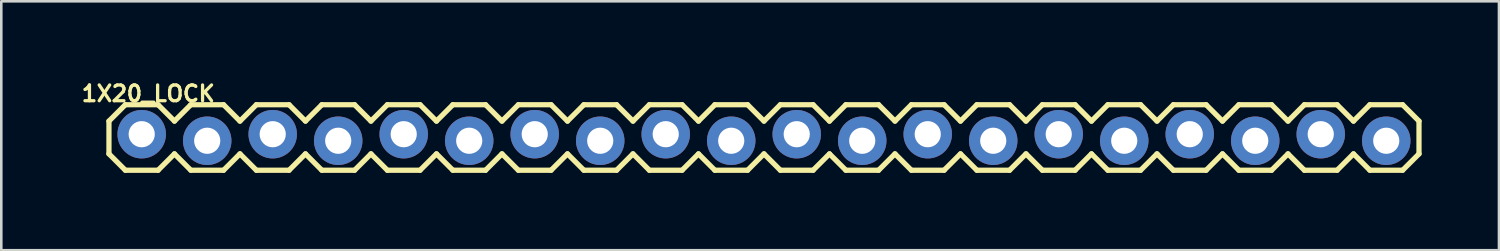
<source format=kicad_pcb>
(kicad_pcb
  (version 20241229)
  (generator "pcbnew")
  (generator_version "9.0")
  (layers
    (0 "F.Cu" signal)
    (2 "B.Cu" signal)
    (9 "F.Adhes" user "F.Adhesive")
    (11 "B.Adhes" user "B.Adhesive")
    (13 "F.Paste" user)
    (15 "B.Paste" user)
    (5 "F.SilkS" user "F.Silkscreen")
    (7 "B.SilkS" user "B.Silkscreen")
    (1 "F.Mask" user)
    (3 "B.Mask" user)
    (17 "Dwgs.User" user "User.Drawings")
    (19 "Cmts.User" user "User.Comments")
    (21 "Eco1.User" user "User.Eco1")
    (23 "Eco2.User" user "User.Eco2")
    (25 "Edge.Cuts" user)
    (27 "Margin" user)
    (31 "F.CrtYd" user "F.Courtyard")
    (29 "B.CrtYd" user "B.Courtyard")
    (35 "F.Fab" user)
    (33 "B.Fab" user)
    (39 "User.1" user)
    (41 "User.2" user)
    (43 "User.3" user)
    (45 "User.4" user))
  (footprint "1X20_LOCK"
    (layer "F.Cu")
    (at 2.445 2.281)
    (property "Reference" "1X20_LOCK" (at 0.254 -1.702 0) (layer "F.SilkS") (effects (font (size 0.61 0.61) (thickness 0.127))))
    (attr exclude_from_pos_files exclude_from_bom)
    (fp_line (start -1.27 -0.635) (end -1.27 0.635) (stroke (width 0.203) (type solid)) (layer "F.SilkS"))
    (fp_line (start -1.27 0.635) (end -0.635 1.27) (stroke (width 0.203) (type solid)) (layer "F.SilkS"))
    (fp_line (start -0.635 -1.27) (end -1.27 -0.635) (stroke (width 0.203) (type solid)) (layer "F.SilkS"))
    (fp_line (start -0.635 -1.27) (end 0.635 -1.27) (stroke (width 0.203) (type solid)) (layer "F.SilkS"))
    (fp_line (start 0.635 -1.27) (end 1.27 -0.635) (stroke (width 0.203) (type solid)) (layer "F.SilkS"))
    (fp_line (start 0.635 1.27) (end -0.635 1.27) (stroke (width 0.203) (type solid)) (layer "F.SilkS"))
    (fp_line (start 1.27 -0.635) (end 1.905 -1.27) (stroke (width 0.203) (type solid)) (layer "F.SilkS"))
    (fp_line (start 1.27 0.635) (end 0.635 1.27) (stroke (width 0.203) (type solid)) (layer "F.SilkS"))
    (fp_line (start 1.905 -1.27) (end 3.175 -1.27) (stroke (width 0.203) (type solid)) (layer "F.SilkS"))
    (fp_line (start 1.905 1.27) (end 1.27 0.635) (stroke (width 0.203) (type solid)) (layer "F.SilkS"))
    (fp_line (start 3.175 -1.27) (end 3.81 -0.635) (stroke (width 0.203) (type solid)) (layer "F.SilkS"))
    (fp_line (start 3.175 1.27) (end 1.905 1.27) (stroke (width 0.203) (type solid)) (layer "F.SilkS"))
    (fp_line (start 3.81 -0.635) (end 4.445 -1.27) (stroke (width 0.203) (type solid)) (layer "F.SilkS"))
    (fp_line (start 3.81 0.635) (end 3.175 1.27) (stroke (width 0.203) (type solid)) (layer "F.SilkS"))
    (fp_line (start 4.445 -1.27) (end 5.715 -1.27) (stroke (width 0.203) (type solid)) (layer "F.SilkS"))
    (fp_line (start 4.445 1.27) (end 3.81 0.635) (stroke (width 0.203) (type solid)) (layer "F.SilkS"))
    (fp_line (start 5.715 -1.27) (end 6.35 -0.635) (stroke (width 0.203) (type solid)) (layer "F.SilkS"))
    (fp_line (start 5.715 1.27) (end 4.445 1.27) (stroke (width 0.203) (type solid)) (layer "F.SilkS"))
    (fp_line (start 6.35 0.635) (end 5.715 1.27) (stroke (width 0.203) (type solid)) (layer "F.SilkS"))
    (fp_line (start 6.35 0.635) (end 6.985 1.27) (stroke (width 0.203) (type solid)) (layer "F.SilkS"))
    (fp_line (start 6.985 -1.27) (end 6.35 -0.635) (stroke (width 0.203) (type solid)) (layer "F.SilkS"))
    (fp_line (start 6.985 -1.27) (end 8.255 -1.27) (stroke (width 0.203) (type solid)) (layer "F.SilkS"))
    (fp_line (start 8.255 -1.27) (end 8.89 -0.635) (stroke (width 0.203) (type solid)) (layer "F.SilkS"))
    (fp_line (start 8.255 1.27) (end 6.985 1.27) (stroke (width 0.203) (type solid)) (layer "F.SilkS"))
    (fp_line (start 8.89 -0.635) (end 9.525 -1.27) (stroke (width 0.203) (type solid)) (layer "F.SilkS"))
    (fp_line (start 8.89 0.635) (end 8.255 1.27) (stroke (width 0.203) (type solid)) (layer "F.SilkS"))
    (fp_line (start 9.525 -1.27) (end 10.795 -1.27) (stroke (width 0.203) (type solid)) (layer "F.SilkS"))
    (fp_line (start 9.525 1.27) (end 8.89 0.635) (stroke (width 0.203) (type solid)) (layer "F.SilkS"))
    (fp_line (start 10.795 -1.27) (end 11.43 -0.635) (stroke (width 0.203) (type solid)) (layer "F.SilkS"))
    (fp_line (start 10.795 1.27) (end 9.525 1.27) (stroke (width 0.203) (type solid)) (layer "F.SilkS"))
    (fp_line (start 11.43 -0.635) (end 12.065 -1.27) (stroke (width 0.203) (type solid)) (layer "F.SilkS"))
    (fp_line (start 11.43 0.635) (end 10.795 1.27) (stroke (width 0.203) (type solid)) (layer "F.SilkS"))
    (fp_line (start 12.065 -1.27) (end 13.335 -1.27) (stroke (width 0.203) (type solid)) (layer "F.SilkS"))
    (fp_line (start 12.065 1.27) (end 11.43 0.635) (stroke (width 0.203) (type solid)) (layer "F.SilkS"))
    (fp_line (start 13.335 -1.27) (end 13.97 -0.635) (stroke (width 0.203) (type solid)) (layer "F.SilkS"))
    (fp_line (start 13.335 1.27) (end 12.065 1.27) (stroke (width 0.203) (type solid)) (layer "F.SilkS"))
    (fp_line (start 13.97 0.635) (end 13.335 1.27) (stroke (width 0.203) (type solid)) (layer "F.SilkS"))
    (fp_line (start 13.97 0.635) (end 14.605 1.27) (stroke (width 0.203) (type solid)) (layer "F.SilkS"))
    (fp_line (start 14.605 -1.27) (end 13.97 -0.635) (stroke (width 0.203) (type solid)) (layer "F.SilkS"))
    (fp_line (start 14.605 -1.27) (end 15.875 -1.27) (stroke (width 0.203) (type solid)) (layer "F.SilkS"))
    (fp_line (start 15.875 -1.27) (end 16.51 -0.635) (stroke (width 0.203) (type solid)) (layer "F.SilkS"))
    (fp_line (start 15.875 1.27) (end 14.605 1.27) (stroke (width 0.203) (type solid)) (layer "F.SilkS"))
    (fp_line (start 16.51 0.635) (end 15.875 1.27) (stroke (width 0.203) (type solid)) (layer "F.SilkS"))
    (fp_line (start 16.51 0.635) (end 17.145 1.27) (stroke (width 0.203) (type solid)) (layer "F.SilkS"))
    (fp_line (start 17.145 -1.27) (end 16.51 -0.635) (stroke (width 0.203) (type solid)) (layer "F.SilkS"))
    (fp_line (start 17.145 -1.27) (end 18.415 -1.27) (stroke (width 0.203) (type solid)) (layer "F.SilkS"))
    (fp_line (start 18.415 -1.27) (end 19.05 -0.635) (stroke (width 0.203) (type solid)) (layer "F.SilkS"))
    (fp_line (start 18.415 1.27) (end 17.145 1.27) (stroke (width 0.203) (type solid)) (layer "F.SilkS"))
    (fp_line (start 19.05 -0.635) (end 19.685 -1.27) (stroke (width 0.203) (type solid)) (layer "F.SilkS"))
    (fp_line (start 19.05 0.635) (end 18.415 1.27) (stroke (width 0.203) (type solid)) (layer "F.SilkS"))
    (fp_line (start 19.685 -1.27) (end 20.955 -1.27) (stroke (width 0.203) (type solid)) (layer "F.SilkS"))
    (fp_line (start 19.685 1.27) (end 19.05 0.635) (stroke (width 0.203) (type solid)) (layer "F.SilkS"))
    (fp_line (start 20.955 -1.27) (end 21.59 -0.635) (stroke (width 0.203) (type solid)) (layer "F.SilkS"))
    (fp_line (start 20.955 1.27) (end 19.685 1.27) (stroke (width 0.203) (type solid)) (layer "F.SilkS"))
    (fp_line (start 21.59 -0.635) (end 22.225 -1.27) (stroke (width 0.203) (type solid)) (layer "F.SilkS"))
    (fp_line (start 21.59 0.635) (end 20.955 1.27) (stroke (width 0.203) (type solid)) (layer "F.SilkS"))
    (fp_line (start 22.225 -1.27) (end 23.495 -1.27) (stroke (width 0.203) (type solid)) (layer "F.SilkS"))
    (fp_line (start 22.225 1.27) (end 21.59 0.635) (stroke (width 0.203) (type solid)) (layer "F.SilkS"))
    (fp_line (start 23.495 -1.27) (end 24.13 -0.635) (stroke (width 0.203) (type solid)) (layer "F.SilkS"))
    (fp_line (start 23.495 1.27) (end 22.225 1.27) (stroke (width 0.203) (type solid)) (layer "F.SilkS"))
    (fp_line (start 24.13 0.635) (end 23.495 1.27) (stroke (width 0.203) (type solid)) (layer "F.SilkS"))
    (fp_line (start 24.13 0.635) (end 24.765 1.27) (stroke (width 0.203) (type solid)) (layer "F.SilkS"))
    (fp_line (start 24.765 -1.27) (end 24.13 -0.635) (stroke (width 0.203) (type solid)) (layer "F.SilkS"))
    (fp_line (start 24.765 -1.27) (end 26.035 -1.27) (stroke (width 0.203) (type solid)) (layer "F.SilkS"))
    (fp_line (start 26.035 -1.27) (end 26.67 -0.635) (stroke (width 0.203) (type solid)) (layer "F.SilkS"))
    (fp_line (start 26.035 1.27) (end 24.765 1.27) (stroke (width 0.203) (type solid)) (layer "F.SilkS"))
    (fp_line (start 26.67 -0.635) (end 27.305 -1.27) (stroke (width 0.203) (type solid)) (layer "F.SilkS"))
    (fp_line (start 26.67 0.635) (end 26.035 1.27) (stroke (width 0.203) (type solid)) (layer "F.SilkS"))
    (fp_line (start 27.305 -1.27) (end 28.575 -1.27) (stroke (width 0.203) (type solid)) (layer "F.SilkS"))
    (fp_line (start 27.305 1.27) (end 26.67 0.635) (stroke (width 0.203) (type solid)) (layer "F.SilkS"))
    (fp_line (start 28.575 -1.27) (end 29.21 -0.635) (stroke (width 0.203) (type solid)) (layer "F.SilkS"))
    (fp_line (start 28.575 1.27) (end 27.305 1.27) (stroke (width 0.203) (type solid)) (layer "F.SilkS"))
    (fp_line (start 29.21 -0.635) (end 29.845 -1.27) (stroke (width 0.203) (type solid)) (layer "F.SilkS"))
    (fp_line (start 29.21 0.635) (end 28.575 1.27) (stroke (width 0.203) (type solid)) (layer "F.SilkS"))
    (fp_line (start 29.845 -1.27) (end 31.115 -1.27) (stroke (width 0.203) (type solid)) (layer "F.SilkS"))
    (fp_line (start 29.845 1.27) (end 29.21 0.635) (stroke (width 0.203) (type solid)) (layer "F.SilkS"))
    (fp_line (start 31.115 -1.27) (end 31.75 -0.635) (stroke (width 0.203) (type solid)) (layer "F.SilkS"))
    (fp_line (start 31.115 1.27) (end 29.845 1.27) (stroke (width 0.203) (type solid)) (layer "F.SilkS"))
    (fp_line (start 31.75 0.635) (end 31.115 1.27) (stroke (width 0.203) (type solid)) (layer "F.SilkS"))
    (fp_line (start 31.75 0.635) (end 32.385 1.27) (stroke (width 0.203) (type solid)) (layer "F.SilkS"))
    (fp_line (start 32.385 -1.27) (end 31.75 -0.635) (stroke (width 0.203) (type solid)) (layer "F.SilkS"))
    (fp_line (start 32.385 -1.27) (end 33.655 -1.27) (stroke (width 0.203) (type solid)) (layer "F.SilkS"))
    (fp_line (start 33.655 -1.27) (end 34.29 -0.635) (stroke (width 0.203) (type solid)) (layer "F.SilkS"))
    (fp_line (start 33.655 1.27) (end 32.385 1.27) (stroke (width 0.203) (type solid)) (layer "F.SilkS"))
    (fp_line (start 34.29 0.635) (end 33.655 1.27) (stroke (width 0.203) (type solid)) (layer "F.SilkS"))
    (fp_line (start 34.29 0.635) (end 34.925 1.27) (stroke (width 0.203) (type solid)) (layer "F.SilkS"))
    (fp_line (start 34.925 -1.27) (end 34.29 -0.635) (stroke (width 0.203) (type solid)) (layer "F.SilkS"))
    (fp_line (start 34.925 -1.27) (end 36.195 -1.27) (stroke (width 0.203) (type solid)) (layer "F.SilkS"))
    (fp_line (start 36.195 -1.27) (end 36.83 -0.635) (stroke (width 0.203) (type solid)) (layer "F.SilkS"))
    (fp_line (start 36.195 1.27) (end 34.925 1.27) (stroke (width 0.203) (type solid)) (layer "F.SilkS"))
    (fp_line (start 36.83 0.635) (end 36.195 1.27) (stroke (width 0.203) (type solid)) (layer "F.SilkS"))
    (fp_line (start 36.83 0.635) (end 37.465 1.27) (stroke (width 0.203) (type solid)) (layer "F.SilkS"))
    (fp_line (start 37.465 -1.27) (end 36.83 -0.635) (stroke (width 0.203) (type solid)) (layer "F.SilkS"))
    (fp_line (start 37.465 -1.27) (end 38.735 -1.27) (stroke (width 0.203) (type solid)) (layer "F.SilkS"))
    (fp_line (start 38.735 -1.27) (end 39.37 -0.635) (stroke (width 0.203) (type solid)) (layer "F.SilkS"))
    (fp_line (start 38.735 1.27) (end 37.465 1.27) (stroke (width 0.203) (type solid)) (layer "F.SilkS"))
    (fp_line (start 39.37 0.635) (end 38.735 1.27) (stroke (width 0.203) (type solid)) (layer "F.SilkS"))
    (fp_line (start 39.37 0.635) (end 40.005 1.27) (stroke (width 0.203) (type solid)) (layer "F.SilkS"))
    (fp_line (start 40.005 -1.27) (end 39.37 -0.635) (stroke (width 0.203) (type solid)) (layer "F.SilkS"))
    (fp_line (start 40.005 -1.27) (end 41.275 -1.27) (stroke (width 0.203) (type solid)) (layer "F.SilkS"))
    (fp_line (start 41.275 -1.27) (end 41.91 -0.635) (stroke (width 0.203) (type solid)) (layer "F.SilkS"))
    (fp_line (start 41.275 1.27) (end 40.005 1.27) (stroke (width 0.203) (type solid)) (layer "F.SilkS"))
    (fp_line (start 41.91 0.635) (end 41.275 1.27) (stroke (width 0.203) (type solid)) (layer "F.SilkS"))
    (fp_line (start 41.91 0.635) (end 42.545 1.27) (stroke (width 0.203) (type solid)) (layer "F.SilkS"))
    (fp_line (start 42.545 -1.27) (end 41.91 -0.635) (stroke (width 0.203) (type solid)) (layer "F.SilkS"))
    (fp_line (start 42.545 -1.27) (end 43.815 -1.27) (stroke (width 0.203) (type solid)) (layer "F.SilkS"))
    (fp_line (start 43.815 -1.27) (end 44.45 -0.635) (stroke (width 0.203) (type solid)) (layer "F.SilkS"))
    (fp_line (start 43.815 1.27) (end 42.545 1.27) (stroke (width 0.203) (type solid)) (layer "F.SilkS"))
    (fp_line (start 44.45 0.635) (end 43.815 1.27) (stroke (width 0.203) (type solid)) (layer "F.SilkS"))
    (fp_line (start 44.45 0.635) (end 45.085 1.27) (stroke (width 0.203) (type solid)) (layer "F.SilkS"))
    (fp_line (start 45.085 -1.27) (end 44.45 -0.635) (stroke (width 0.203) (type solid)) (layer "F.SilkS"))
    (fp_line (start 45.085 -1.27) (end 46.355 -1.27) (stroke (width 0.203) (type solid)) (layer "F.SilkS"))
    (fp_line (start 46.355 -1.27) (end 46.99 -0.635) (stroke (width 0.203) (type solid)) (layer "F.SilkS"))
    (fp_line (start 46.355 1.27) (end 45.085 1.27) (stroke (width 0.203) (type solid)) (layer "F.SilkS"))
    (fp_line (start 46.99 0.635) (end 46.355 1.27) (stroke (width 0.203) (type solid)) (layer "F.SilkS"))
    (fp_line (start 46.99 0.635) (end 47.625 1.27) (stroke (width 0.203) (type solid)) (layer "F.SilkS"))
    (fp_line (start 47.625 -1.27) (end 46.99 -0.635) (stroke (width 0.203) (type solid)) (layer "F.SilkS"))
    (fp_line (start 47.625 -1.27) (end 48.895 -1.27) (stroke (width 0.203) (type solid)) (layer "F.SilkS"))
    (fp_line (start 48.895 -1.27) (end 49.53 -0.635) (stroke (width 0.203) (type solid)) (layer "F.SilkS"))
    (fp_line (start 48.895 1.27) (end 47.625 1.27) (stroke (width 0.203) (type solid)) (layer "F.SilkS"))
    (fp_line (start 49.53 -0.635) (end 49.53 0.635) (stroke (width 0.203) (type solid)) (layer "F.SilkS"))
    (fp_line (start 49.53 0.635) (end 48.895 1.27) (stroke (width 0.203) (type solid)) (layer "F.SilkS"))
    (fp_line (start -0.254 -0.254) (end 0.254 -0.254) (stroke (width 0.066) (type solid)) (layer "Dwgs.User"))
    (fp_line (start -0.254 0.254) (end -0.254 -0.254) (stroke (width 0.066) (type solid)) (layer "Dwgs.User"))
    (fp_line (start -0.254 0.254) (end 0.254 0.254) (stroke (width 0.066) (type solid)) (layer "Dwgs.User"))
    (fp_line (start 0.254 0.254) (end 0.254 -0.254) (stroke (width 0.066) (type solid)) (layer "Dwgs.User"))
    (fp_line (start 2.286 -0.254) (end 2.794 -0.254) (stroke (width 0.066) (type solid)) (layer "Dwgs.User"))
    (fp_line (start 2.286 0.254) (end 2.286 -0.254) (stroke (width 0.066) (type solid)) (layer "Dwgs.User"))
    (fp_line (start 2.286 0.254) (end 2.794 0.254) (stroke (width 0.066) (type solid)) (layer "Dwgs.User"))
    (fp_line (start 2.794 0.254) (end 2.794 -0.254) (stroke (width 0.066) (type solid)) (layer "Dwgs.User"))
    (fp_line (start 4.826 -0.254) (end 5.334 -0.254) (stroke (width 0.066) (type solid)) (layer "Dwgs.User"))
    (fp_line (start 4.826 0.254) (end 4.826 -0.254) (stroke (width 0.066) (type solid)) (layer "Dwgs.User"))
    (fp_line (start 4.826 0.254) (end 5.334 0.254) (stroke (width 0.066) (type solid)) (layer "Dwgs.User"))
    (fp_line (start 5.334 0.254) (end 5.334 -0.254) (stroke (width 0.066) (type solid)) (layer "Dwgs.User"))
    (fp_line (start 7.366 -0.254) (end 7.874 -0.254) (stroke (width 0.066) (type solid)) (layer "Dwgs.User"))
    (fp_line (start 7.366 0.254) (end 7.366 -0.254) (stroke (width 0.066) (type solid)) (layer "Dwgs.User"))
    (fp_line (start 7.366 0.254) (end 7.874 0.254) (stroke (width 0.066) (type solid)) (layer "Dwgs.User"))
    (fp_line (start 7.874 0.254) (end 7.874 -0.254) (stroke (width 0.066) (type solid)) (layer "Dwgs.User"))
    (fp_line (start 9.906 -0.254) (end 10.414 -0.254) (stroke (width 0.066) (type solid)) (layer "Dwgs.User"))
    (fp_line (start 9.906 0.254) (end 9.906 -0.254) (stroke (width 0.066) (type solid)) (layer "Dwgs.User"))
    (fp_line (start 9.906 0.254) (end 10.414 0.254) (stroke (width 0.066) (type solid)) (layer "Dwgs.User"))
    (fp_line (start 10.414 0.254) (end 10.414 -0.254) (stroke (width 0.066) (type solid)) (layer "Dwgs.User"))
    (fp_line (start 12.446 -0.254) (end 12.954 -0.254) (stroke (width 0.066) (type solid)) (layer "Dwgs.User"))
    (fp_line (start 12.446 0.254) (end 12.446 -0.254) (stroke (width 0.066) (type solid)) (layer "Dwgs.User"))
    (fp_line (start 12.446 0.254) (end 12.954 0.254) (stroke (width 0.066) (type solid)) (layer "Dwgs.User"))
    (fp_line (start 12.954 0.254) (end 12.954 -0.254) (stroke (width 0.066) (type solid)) (layer "Dwgs.User"))
    (fp_line (start 14.986 -0.254) (end 15.494 -0.254) (stroke (width 0.066) (type solid)) (layer "Dwgs.User"))
    (fp_line (start 14.986 0.254) (end 14.986 -0.254) (stroke (width 0.066) (type solid)) (layer "Dwgs.User"))
    (fp_line (start 14.986 0.254) (end 15.494 0.254) (stroke (width 0.066) (type solid)) (layer "Dwgs.User"))
    (fp_line (start 15.494 0.254) (end 15.494 -0.254) (stroke (width 0.066) (type solid)) (layer "Dwgs.User"))
    (fp_line (start 17.523 -0.254) (end 18.034 -0.254) (stroke (width 0.066) (type solid)) (layer "Dwgs.User"))
    (fp_line (start 17.523 0.254) (end 17.523 -0.254) (stroke (width 0.066) (type solid)) (layer "Dwgs.User"))
    (fp_line (start 17.523 0.254) (end 18.034 0.254) (stroke (width 0.066) (type solid)) (layer "Dwgs.User"))
    (fp_line (start 18.034 0.254) (end 18.034 -0.254) (stroke (width 0.066) (type solid)) (layer "Dwgs.User"))
    (fp_line (start 20.066 -0.254) (end 20.574 -0.254) (stroke (width 0.066) (type solid)) (layer "Dwgs.User"))
    (fp_line (start 20.066 0.254) (end 20.066 -0.254) (stroke (width 0.066) (type solid)) (layer "Dwgs.User"))
    (fp_line (start 20.066 0.254) (end 20.574 0.254) (stroke (width 0.066) (type solid)) (layer "Dwgs.User"))
    (fp_line (start 20.574 0.254) (end 20.574 -0.254) (stroke (width 0.066) (type solid)) (layer "Dwgs.User"))
    (fp_line (start 22.606 -0.254) (end 23.114 -0.254) (stroke (width 0.066) (type solid)) (layer "Dwgs.User"))
    (fp_line (start 22.606 0.254) (end 22.606 -0.254) (stroke (width 0.066) (type solid)) (layer "Dwgs.User"))
    (fp_line (start 22.606 0.254) (end 23.114 0.254) (stroke (width 0.066) (type solid)) (layer "Dwgs.User"))
    (fp_line (start 23.114 0.254) (end 23.114 -0.254) (stroke (width 0.066) (type solid)) (layer "Dwgs.User"))
    (fp_line (start 25.146 -0.254) (end 25.654 -0.254) (stroke (width 0.066) (type solid)) (layer "Dwgs.User"))
    (fp_line (start 25.146 0.254) (end 25.146 -0.254) (stroke (width 0.066) (type solid)) (layer "Dwgs.User"))
    (fp_line (start 25.146 0.254) (end 25.654 0.254) (stroke (width 0.066) (type solid)) (layer "Dwgs.User"))
    (fp_line (start 25.654 0.254) (end 25.654 -0.254) (stroke (width 0.066) (type solid)) (layer "Dwgs.User"))
    (fp_line (start 27.686 -0.254) (end 28.194 -0.254) (stroke (width 0.066) (type solid)) (layer "Dwgs.User"))
    (fp_line (start 27.686 0.254) (end 27.686 -0.254) (stroke (width 0.066) (type solid)) (layer "Dwgs.User"))
    (fp_line (start 27.686 0.254) (end 28.194 0.254) (stroke (width 0.066) (type solid)) (layer "Dwgs.User"))
    (fp_line (start 28.194 0.254) (end 28.194 -0.254) (stroke (width 0.066) (type solid)) (layer "Dwgs.User"))
    (fp_line (start 30.226 -0.254) (end 30.734 -0.254) (stroke (width 0.066) (type solid)) (layer "Dwgs.User"))
    (fp_line (start 30.226 0.254) (end 30.226 -0.254) (stroke (width 0.066) (type solid)) (layer "Dwgs.User"))
    (fp_line (start 30.226 0.254) (end 30.734 0.254) (stroke (width 0.066) (type solid)) (layer "Dwgs.User"))
    (fp_line (start 30.734 0.254) (end 30.734 -0.254) (stroke (width 0.066) (type solid)) (layer "Dwgs.User"))
    (fp_line (start 32.766 -0.254) (end 33.274 -0.254) (stroke (width 0.066) (type solid)) (layer "Dwgs.User"))
    (fp_line (start 32.766 0.254) (end 32.766 -0.254) (stroke (width 0.066) (type solid)) (layer "Dwgs.User"))
    (fp_line (start 32.766 0.254) (end 33.274 0.254) (stroke (width 0.066) (type solid)) (layer "Dwgs.User"))
    (fp_line (start 33.274 0.254) (end 33.274 -0.254) (stroke (width 0.066) (type solid)) (layer "Dwgs.User"))
    (fp_line (start 35.303 -0.254) (end 35.814 -0.254) (stroke (width 0.066) (type solid)) (layer "Dwgs.User"))
    (fp_line (start 35.303 0.254) (end 35.303 -0.254) (stroke (width 0.066) (type solid)) (layer "Dwgs.User"))
    (fp_line (start 35.303 0.254) (end 35.814 0.254) (stroke (width 0.066) (type solid)) (layer "Dwgs.User"))
    (fp_line (start 35.814 0.254) (end 35.814 -0.254) (stroke (width 0.066) (type solid)) (layer "Dwgs.User"))
    (fp_line (start 37.846 -0.254) (end 38.354 -0.254) (stroke (width 0.066) (type solid)) (layer "Dwgs.User"))
    (fp_line (start 37.846 0.254) (end 37.846 -0.254) (stroke (width 0.066) (type solid)) (layer "Dwgs.User"))
    (fp_line (start 37.846 0.254) (end 38.354 0.254) (stroke (width 0.066) (type solid)) (layer "Dwgs.User"))
    (fp_line (start 38.354 0.254) (end 38.354 -0.254) (stroke (width 0.066) (type solid)) (layer "Dwgs.User"))
    (fp_line (start 40.386 -0.254) (end 40.894 -0.254) (stroke (width 0.066) (type solid)) (layer "Dwgs.User"))
    (fp_line (start 40.386 0.254) (end 40.386 -0.254) (stroke (width 0.066) (type solid)) (layer "Dwgs.User"))
    (fp_line (start 40.386 0.254) (end 40.894 0.254) (stroke (width 0.066) (type solid)) (layer "Dwgs.User"))
    (fp_line (start 40.894 0.254) (end 40.894 -0.254) (stroke (width 0.066) (type solid)) (layer "Dwgs.User"))
    (fp_line (start 42.926 -0.254) (end 43.434 -0.254) (stroke (width 0.066) (type solid)) (layer "Dwgs.User"))
    (fp_line (start 42.926 0.254) (end 42.926 -0.254) (stroke (width 0.066) (type solid)) (layer "Dwgs.User"))
    (fp_line (start 42.926 0.254) (end 43.434 0.254) (stroke (width 0.066) (type solid)) (layer "Dwgs.User"))
    (fp_line (start 43.434 0.254) (end 43.434 -0.254) (stroke (width 0.066) (type solid)) (layer "Dwgs.User"))
    (fp_line (start 45.466 -0.254) (end 45.974 -0.254) (stroke (width 0.066) (type solid)) (layer "Dwgs.User"))
    (fp_line (start 45.466 0.254) (end 45.466 -0.254) (stroke (width 0.066) (type solid)) (layer "Dwgs.User"))
    (fp_line (start 45.466 0.254) (end 45.974 0.254) (stroke (width 0.066) (type solid)) (layer "Dwgs.User"))
    (fp_line (start 45.974 0.254) (end 45.974 -0.254) (stroke (width 0.066) (type solid)) (layer "Dwgs.User"))
    (fp_line (start 48.006 -0.254) (end 48.514 -0.254) (stroke (width 0.066) (type solid)) (layer "Dwgs.User"))
    (fp_line (start 48.006 0.254) (end 48.006 -0.254) (stroke (width 0.066) (type solid)) (layer "Dwgs.User"))
    (fp_line (start 48.006 0.254) (end 48.514 0.254) (stroke (width 0.066) (type solid)) (layer "Dwgs.User"))
    (fp_line (start 48.514 0.254) (end 48.514 -0.254) (stroke (width 0.066) (type solid)) (layer "Dwgs.User"))
    (pad "1" thru_hole circle (at 0 -0.127) (size 1.88 1.88) (drill 1.016) (layers "*.Cu" "*.Paste" "*.Mask"))
    (pad "2" thru_hole circle (at 2.54 0.127) (size 1.88 1.88) (drill 1.016) (layers "*.Cu" "*.Paste" "*.Mask"))
    (pad "3" thru_hole circle (at 5.08 -0.127) (size 1.88 1.88) (drill 1.016) (layers "*.Cu" "*.Paste" "*.Mask"))
    (pad "4" thru_hole circle (at 7.62 0.127) (size 1.88 1.88) (drill 1.016) (layers "*.Cu" "*.Paste" "*.Mask"))
    (pad "5" thru_hole circle (at 10.16 -0.127) (size 1.88 1.88) (drill 1.016) (layers "*.Cu" "*.Paste" "*.Mask"))
    (pad "6" thru_hole circle (at 12.7 0.127) (size 1.88 1.88) (drill 1.016) (layers "*.Cu" "*.Paste" "*.Mask"))
    (pad "7" thru_hole circle (at 15.24 -0.127) (size 1.88 1.88) (drill 1.016) (layers "*.Cu" "*.Paste" "*.Mask"))
    (pad "8" thru_hole circle (at 17.78 0.127) (size 1.88 1.88) (drill 1.016) (layers "*.Cu" "*.Paste" "*.Mask"))
    (pad "9" thru_hole circle (at 20.32 -0.127) (size 1.88 1.88) (drill 1.016) (layers "*.Cu" "*.Paste" "*.Mask"))
    (pad "10" thru_hole circle (at 22.86 0.127) (size 1.88 1.88) (drill 1.016) (layers "*.Cu" "*.Paste" "*.Mask"))
    (pad "11" thru_hole circle (at 25.4 -0.127) (size 1.88 1.88) (drill 1.016) (layers "*.Cu" "*.Paste" "*.Mask"))
    (pad "12" thru_hole circle (at 27.94 0.127) (size 1.88 1.88) (drill 1.016) (layers "*.Cu" "*.Paste" "*.Mask"))
    (pad "13" thru_hole circle (at 30.48 -0.127) (size 1.88 1.88) (drill 1.016) (layers "*.Cu" "*.Paste" "*.Mask"))
    (pad "14" thru_hole circle (at 33.02 0.127) (size 1.88 1.88) (drill 1.016) (layers "*.Cu" "*.Paste" "*.Mask"))
    (pad "15" thru_hole circle (at 35.56 -0.127) (size 1.88 1.88) (drill 1.016) (layers "*.Cu" "*.Paste" "*.Mask"))
    (pad "16" thru_hole circle (at 38.1 0.127) (size 1.88 1.88) (drill 1.016) (layers "*.Cu" "*.Paste" "*.Mask"))
    (pad "17" thru_hole circle (at 40.64 -0.127) (size 1.88 1.88) (drill 1.016) (layers "*.Cu" "*.Paste" "*.Mask"))
    (pad "18" thru_hole circle (at 43.18 0.127) (size 1.88 1.88) (drill 1.016) (layers "*.Cu" "*.Paste" "*.Mask"))
    (pad "19" thru_hole circle (at 45.72 -0.127) (size 1.88 1.88) (drill 1.016) (layers "*.Cu" "*.Paste" "*.Mask"))
    (pad "20" thru_hole circle (at 48.26 0.127) (size 1.88 1.88) (drill 1.016) (layers "*.Cu" "*.Paste" "*.Mask")))
  (gr_rect
    (start -3 -3)
    (end 55.076 6.653)
    (stroke (width 0.1) (type default))
    (fill no)
    (layer "Edge.Cuts")))
</source>
